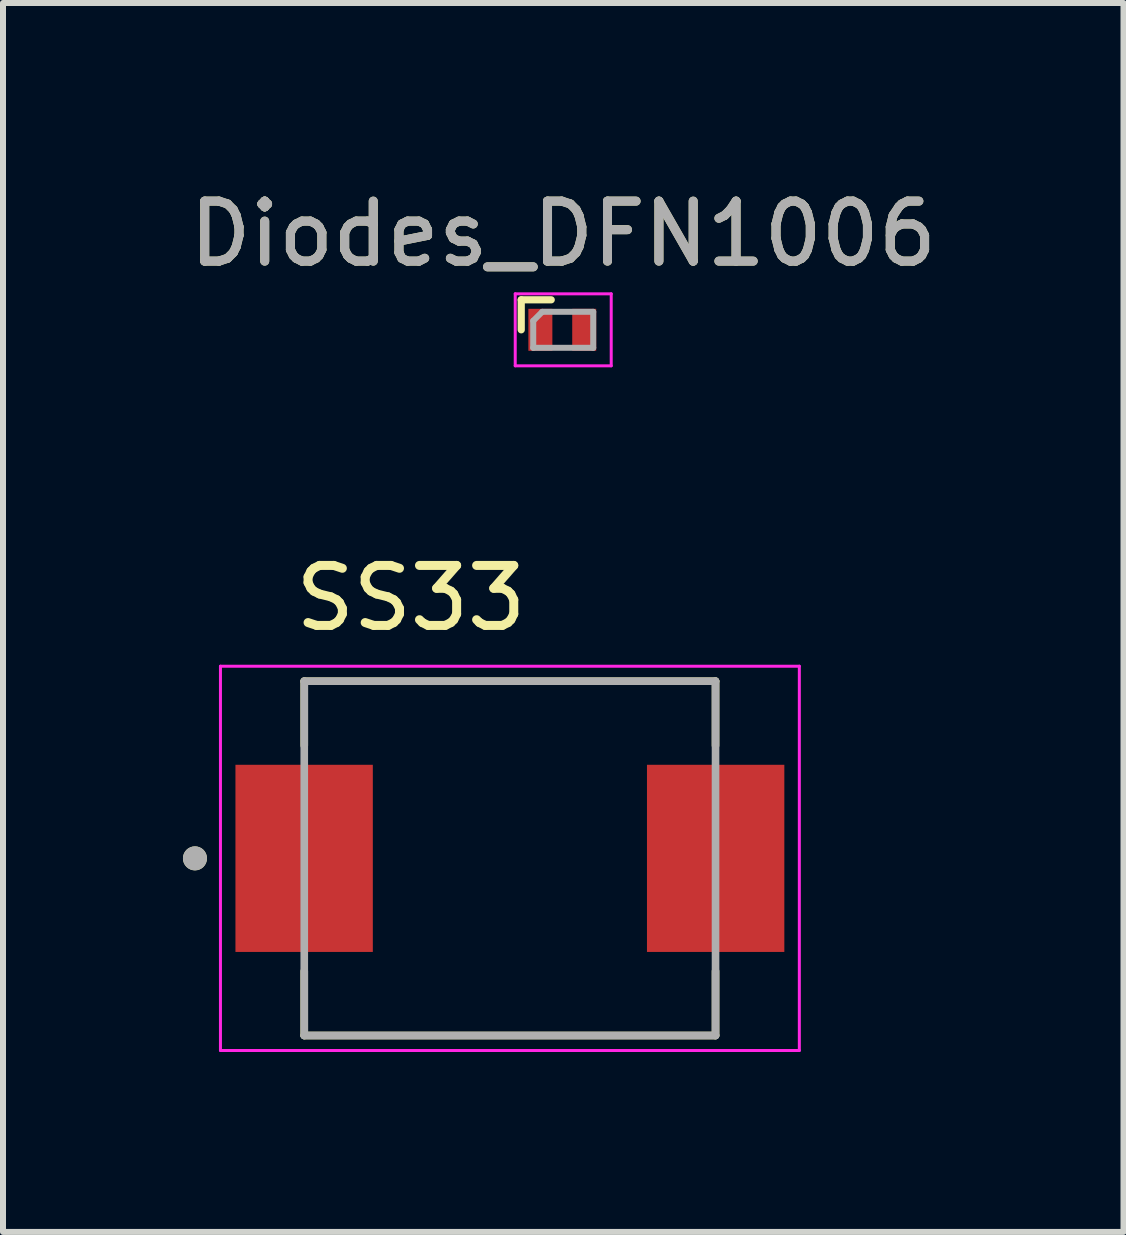
<source format=kicad_pcb>
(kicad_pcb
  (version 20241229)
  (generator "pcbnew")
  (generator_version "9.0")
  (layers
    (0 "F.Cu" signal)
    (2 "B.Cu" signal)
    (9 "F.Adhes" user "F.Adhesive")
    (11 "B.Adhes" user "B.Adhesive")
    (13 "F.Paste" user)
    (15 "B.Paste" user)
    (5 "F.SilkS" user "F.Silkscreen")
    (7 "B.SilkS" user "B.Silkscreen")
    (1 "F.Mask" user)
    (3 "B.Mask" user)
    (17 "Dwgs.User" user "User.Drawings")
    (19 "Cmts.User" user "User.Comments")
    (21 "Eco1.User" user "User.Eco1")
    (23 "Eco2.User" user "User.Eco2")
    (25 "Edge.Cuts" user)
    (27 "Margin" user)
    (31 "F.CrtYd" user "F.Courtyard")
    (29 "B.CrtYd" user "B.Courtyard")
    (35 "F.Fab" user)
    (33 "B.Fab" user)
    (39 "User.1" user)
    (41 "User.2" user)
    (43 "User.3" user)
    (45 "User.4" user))
  (footprint "Diodes_DFN1006"
    (layer "F.Cu")
    (at 6.339 2.448)
    (property "Reference" "Diodes_DFN1006" (at 0 -1.6 0) (layer "F.SilkS") (effects (font (size 1 1) (thickness 0.15))))
    (attr smd)
    (fp_line (start -0.7 -0.5) (end -0.7 0) (stroke (width 0.12) (type solid)) (layer "F.SilkS"))
    (fp_line (start -0.2 -0.5) (end -0.7 -0.5) (stroke (width 0.12) (type solid)) (layer "F.SilkS"))
    (fp_line (start -0.8 -0.6) (end 0.8 -0.6) (stroke (width 0.05) (type solid)) (layer "F.CrtYd"))
    (fp_line (start -0.8 0.6) (end -0.8 -0.6) (stroke (width 0.05) (type solid)) (layer "F.CrtYd"))
    (fp_line (start 0.8 -0.6) (end 0.8 0.6) (stroke (width 0.05) (type solid)) (layer "F.CrtYd"))
    (fp_line (start 0.8 0.6) (end -0.8 0.6) (stroke (width 0.05) (type solid)) (layer "F.CrtYd"))
    (fp_line (start -0.5 0.3) (end -0.5 -0.15) (stroke (width 0.1) (type solid)) (layer "F.Fab"))
    (fp_line (start -0.35 -0.3) (end -0.5 -0.15) (stroke (width 0.1) (type solid)) (layer "F.Fab"))
    (fp_line (start -0.35 -0.3) (end 0.5 -0.3) (stroke (width 0.1) (type solid)) (layer "F.Fab"))
    (fp_line (start 0.5 -0.3) (end 0.5 0.3) (stroke (width 0.1) (type solid)) (layer "F.Fab"))
    (fp_line (start 0.5 0.3) (end -0.5 0.3) (stroke (width 0.1) (type solid)) (layer "F.Fab"))
    (fp_text user "${REFERENCE}" (at 0 -1.6 0) (layer "F.Fab") (effects (font (size 1 1) (thickness 0.15))))
    (pad "1" smd rect (at -0.381 0 270) (size 0.7 0.4) (layers "F.Cu" "F.Mask" "F.Paste"))
    (pad "2" smd rect (at 0.35 0 270) (size 0.7 0.4) (layers "F.Cu" "F.Mask" "F.Paste")))
  (footprint "SS33"
    (layer "F.Cu")
    (at 5.45 11.259)
    (property "Reference" "SS33" (at -1.65 -4.338 0) (layer "F.SilkS") (effects (font (size 1 1) (thickness 0.15))))
    (attr through_hole)
    (fp_line (start -3.428 -2.953) (end -3.428 -1.88) (stroke (width 0.127) (type solid)) (layer "F.SilkS"))
    (fp_line (start -3.428 2.953) (end -3.428 1.88) (stroke (width 0.127) (type solid)) (layer "F.SilkS"))
    (fp_line (start -3.428 2.953) (end 3.428 2.953) (stroke (width 0.127) (type solid)) (layer "F.SilkS"))
    (fp_line (start 3.428 -2.953) (end -3.428 -2.953) (stroke (width 0.127) (type solid)) (layer "F.SilkS"))
    (fp_line (start 3.428 -1.88) (end 3.428 -2.953) (stroke (width 0.127) (type solid)) (layer "F.SilkS"))
    (fp_line (start 3.428 2.953) (end 3.428 1.88) (stroke (width 0.127) (type solid)) (layer "F.SilkS"))
    (fp_circle (center -5.25 0) (end -5.15 0) (stroke (width 0.2) (type solid)) (fill no) (layer "F.SilkS"))
    (fp_line (start -4.825 -3.203) (end -4.825 3.203) (stroke (width 0.05) (type solid)) (layer "F.CrtYd"))
    (fp_line (start -4.825 3.203) (end 4.825 3.203) (stroke (width 0.05) (type solid)) (layer "F.CrtYd"))
    (fp_line (start 4.825 -3.203) (end -4.825 -3.203) (stroke (width 0.05) (type solid)) (layer "F.CrtYd"))
    (fp_line (start 4.825 3.203) (end 4.825 -3.203) (stroke (width 0.05) (type solid)) (layer "F.CrtYd"))
    (fp_line (start -3.428 -2.953) (end -3.428 2.953) (stroke (width 0.127) (type solid)) (layer "F.Fab"))
    (fp_line (start -3.428 2.953) (end 3.428 2.953) (stroke (width 0.127) (type solid)) (layer "F.Fab"))
    (fp_line (start 3.428 -2.953) (end -3.428 -2.953) (stroke (width 0.127) (type solid)) (layer "F.Fab"))
    (fp_line (start 3.428 2.953) (end 3.428 -2.953) (stroke (width 0.127) (type solid)) (layer "F.Fab"))
    (fp_circle (center -5.25 0) (end -5.15 0) (stroke (width 0.2) (type solid)) (fill no) (layer "F.Fab"))
    (pad "A" smd rect (at 3.43 0) (size 2.29 3.12) (layers "F.Cu" "F.Mask" "F.Paste"))
    (pad "C" smd rect (at -3.43 0) (size 2.29 3.12) (layers "F.Cu" "F.Mask" "F.Paste")))
  (gr_rect
    (start -3 -3)
    (end 15.679 17.486)
    (stroke (width 0.1) (type default))
    (fill no)
    (layer "Edge.Cuts")))
</source>
